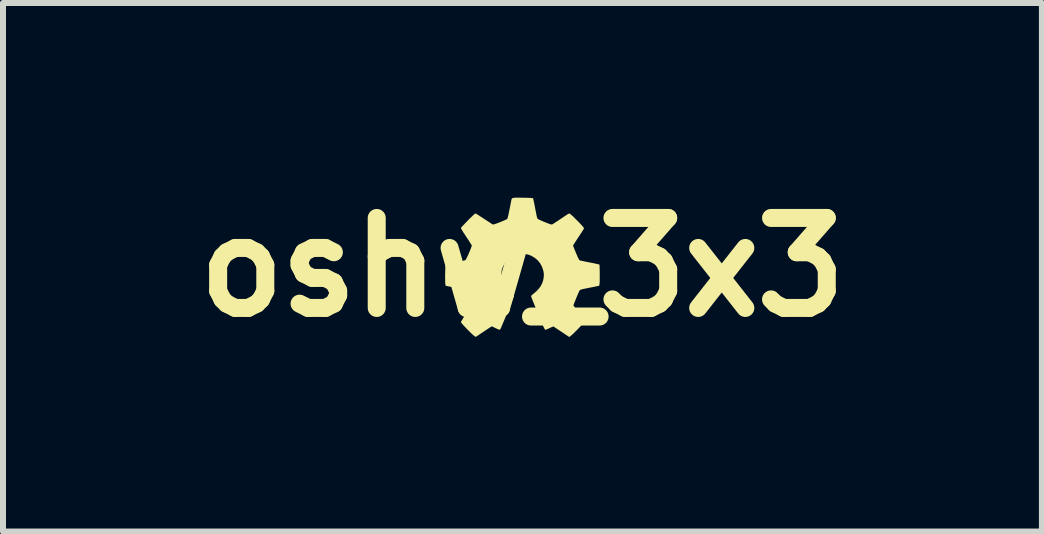
<source format=kicad_pcb>
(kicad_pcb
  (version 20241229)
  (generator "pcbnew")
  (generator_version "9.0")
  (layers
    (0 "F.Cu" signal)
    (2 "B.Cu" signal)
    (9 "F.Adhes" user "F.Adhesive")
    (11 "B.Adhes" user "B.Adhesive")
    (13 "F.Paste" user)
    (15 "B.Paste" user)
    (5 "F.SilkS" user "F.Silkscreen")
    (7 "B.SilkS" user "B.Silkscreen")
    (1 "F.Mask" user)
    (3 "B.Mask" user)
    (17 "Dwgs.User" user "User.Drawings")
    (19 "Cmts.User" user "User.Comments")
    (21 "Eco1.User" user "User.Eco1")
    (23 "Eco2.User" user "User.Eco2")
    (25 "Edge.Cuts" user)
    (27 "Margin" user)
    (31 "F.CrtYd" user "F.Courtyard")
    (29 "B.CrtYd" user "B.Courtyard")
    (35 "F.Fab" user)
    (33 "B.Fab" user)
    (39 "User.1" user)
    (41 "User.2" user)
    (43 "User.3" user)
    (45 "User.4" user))
  (footprint "oshw_3x3"
    (layer "F.Cu")
    (at 5.657 1.404)
    (property "Reference" "oshw_3x3" (at 0 0 0) (layer "F.SilkS") (effects (font (size 1.5 1.5) (thickness 0.3))))
    (attr board_only exclude_from_pos_files exclude_from_bom)
    (fp_poly (pts (xy -0.012 -1.159) (xy 0.011 -1.159) (xy 0.053 -1.158) (xy 0.091 -1.157) (xy 0.124 -1.156) (xy 0.15 -1.154) (xy 0.168 -1.153) (xy 0.176 -1.151) (xy 0.176 -1.151) (xy 0.178 -1.144) (xy 0.183 -1.127) (xy 0.188 -1.102) (xy 0.195 -1.071) (xy 0.202 -1.035) (xy 0.205 -1.02) (xy 0.215 -0.965) (xy 0.224 -0.921) (xy 0.231 -0.886) (xy 0.236 -0.859) (xy 0.241 -0.838) (xy 0.246 -0.824) (xy 0.25 -0.814) (xy 0.255 -0.807) (xy 0.26 -0.802) (xy 0.267 -0.799) (xy 0.274 -0.795) (xy 0.275 -0.795) (xy 0.289 -0.788) (xy 0.313 -0.778) (xy 0.341 -0.765) (xy 0.373 -0.752) (xy 0.392 -0.745) (xy 0.426 -0.731) (xy 0.451 -0.722) (xy 0.469 -0.716) (xy 0.481 -0.713) (xy 0.49 -0.713) (xy 0.497 -0.715) (xy 0.497 -0.715) (xy 0.503 -0.718) (xy 0.512 -0.723) (xy 0.526 -0.732) (xy 0.544 -0.744) (xy 0.568 -0.76) (xy 0.599 -0.78) (xy 0.637 -0.806) (xy 0.683 -0.837) (xy 0.738 -0.874) (xy 0.739 -0.874) (xy 0.757 -0.886) (xy 0.773 -0.894) (xy 0.782 -0.897) (xy 0.789 -0.893) (xy 0.803 -0.882) (xy 0.823 -0.865) (xy 0.847 -0.843) (xy 0.873 -0.817) (xy 0.886 -0.804) (xy 0.93 -0.761) (xy 0.965 -0.724) (xy 0.992 -0.695) (xy 1.011 -0.673) (xy 1.022 -0.657) (xy 1.026 -0.648) (xy 1.022 -0.641) (xy 1.014 -0.626) (xy 1 -0.604) (xy 0.982 -0.576) (xy 0.961 -0.544) (xy 0.938 -0.508) (xy 0.935 -0.504) (xy 0.911 -0.468) (xy 0.89 -0.436) (xy 0.872 -0.408) (xy 0.857 -0.385) (xy 0.848 -0.37) (xy 0.844 -0.363) (xy 0.844 -0.363) (xy 0.846 -0.355) (xy 0.852 -0.338) (xy 0.861 -0.314) (xy 0.873 -0.285) (xy 0.886 -0.253) (xy 0.9 -0.22) (xy 0.914 -0.187) (xy 0.917 -0.18) (xy 0.93 -0.152) (xy 0.942 -0.131) (xy 0.951 -0.118) (xy 0.955 -0.114) (xy 0.963 -0.112) (xy 0.981 -0.109) (xy 1.008 -0.103) (xy 1.041 -0.096) (xy 1.079 -0.088) (xy 1.121 -0.08) (xy 1.121 -0.08) (xy 1.163 -0.072) (xy 1.2 -0.064) (xy 1.232 -0.057) (xy 1.258 -0.051) (xy 1.275 -0.047) (xy 1.282 -0.045) (xy 1.282 -0.044) (xy 1.284 -0.037) (xy 1.285 -0.02) (xy 1.286 0.005) (xy 1.287 0.036) (xy 1.288 0.071) (xy 1.288 0.108) (xy 1.288 0.146) (xy 1.288 0.183) (xy 1.288 0.216) (xy 1.287 0.244) (xy 1.286 0.265) (xy 1.285 0.275) (xy 1.28 0.307) (xy 1.248 0.315) (xy 1.233 0.318) (xy 1.208 0.323) (xy 1.176 0.33) (xy 1.14 0.337) (xy 1.101 0.344) (xy 1.093 0.346) (xy 1.057 0.353) (xy 1.023 0.36) (xy 0.996 0.367) (xy 0.975 0.372) (xy 0.964 0.376) (xy 0.963 0.376) (xy 0.956 0.384) (xy 0.947 0.398) (xy 0.937 0.419) (xy 0.924 0.448) (xy 0.908 0.486) (xy 0.888 0.535) (xy 0.888 0.535) (xy 0.849 0.633) (xy 0.88 0.681) (xy 0.895 0.704) (xy 0.909 0.726) (xy 0.92 0.742) (xy 0.924 0.747) (xy 0.938 0.767) (xy 0.954 0.791) (xy 0.971 0.818) (xy 0.988 0.845) (xy 1.003 0.87) (xy 1.015 0.892) (xy 1.023 0.907) (xy 1.026 0.915) (xy 1.022 0.922) (xy 1.011 0.936) (xy 0.994 0.955) (xy 0.972 0.979) (xy 0.948 1.005) (xy 0.922 1.032) (xy 0.895 1.059) (xy 0.869 1.085) (xy 0.845 1.109) (xy 0.824 1.128) (xy 0.809 1.141) (xy 0.803 1.146) (xy 0.779 1.162) (xy 0.652 1.077) (xy 0.617 1.054) (xy 0.586 1.033) (xy 0.559 1.015) (xy 0.537 1.001) (xy 0.523 0.992) (xy 0.518 0.988) (xy 0.51 0.989) (xy 0.494 0.995) (xy 0.473 1.004) (xy 0.451 1.014) (xy 0.426 1.026) (xy 0.405 1.035) (xy 0.389 1.041) (xy 0.383 1.043) (xy 0.376 1.038) (xy 0.367 1.025) (xy 0.357 1.006) (xy 0.355 1.001) (xy 0.346 0.981) (xy 0.334 0.953) (xy 0.319 0.919) (xy 0.303 0.88) (xy 0.285 0.836) (xy 0.266 0.791) (xy 0.247 0.744) (xy 0.228 0.697) (xy 0.21 0.652) (xy 0.193 0.61) (xy 0.177 0.572) (xy 0.165 0.539) (xy 0.154 0.513) (xy 0.148 0.495) (xy 0.145 0.487) (xy 0.145 0.487) (xy 0.146 0.478) (xy 0.153 0.468) (xy 0.166 0.455) (xy 0.182 0.443) (xy 0.233 0.4) (xy 0.273 0.357) (xy 0.305 0.313) (xy 0.329 0.266) (xy 0.346 0.215) (xy 0.346 0.213) (xy 0.356 0.157) (xy 0.356 0.103) (xy 0.346 0.051) (xy 0.324 -0.012) (xy 0.293 -0.068) (xy 0.253 -0.117) (xy 0.204 -0.158) (xy 0.148 -0.191) (xy 0.124 -0.201) (xy 0.097 -0.21) (xy 0.072 -0.216) (xy 0.044 -0.22) (xy 0.02 -0.221) (xy -0.025 -0.222) (xy -0.065 -0.218) (xy -0.101 -0.208) (xy -0.14 -0.193) (xy -0.158 -0.184) (xy -0.211 -0.152) (xy -0.257 -0.111) (xy -0.296 -0.063) (xy -0.325 -0.011) (xy -0.343 0.038) (xy -0.348 0.069) (xy -0.351 0.107) (xy -0.351 0.147) (xy -0.349 0.186) (xy -0.344 0.219) (xy -0.343 0.225) (xy -0.325 0.273) (xy -0.299 0.32) (xy -0.266 0.365) (xy -0.228 0.405) (xy -0.21 0.419) (xy -0.19 0.435) (xy -0.171 0.451) (xy -0.16 0.46) (xy -0.14 0.478) (xy -0.157 0.525) (xy -0.162 0.538) (xy -0.172 0.561) (xy -0.184 0.592) (xy -0.199 0.629) (xy -0.217 0.671) (xy -0.236 0.717) (xy -0.255 0.765) (xy -0.275 0.813) (xy -0.295 0.861) (xy -0.314 0.906) (xy -0.331 0.947) (xy -0.346 0.983) (xy -0.358 1.012) (xy -0.36 1.016) (xy -0.368 1.03) (xy -0.376 1.04) (xy -0.378 1.041) (xy -0.387 1.04) (xy -0.403 1.035) (xy -0.426 1.025) (xy -0.449 1.014) (xy -0.511 0.984) (xy -0.541 1.003) (xy -0.556 1.013) (xy -0.577 1.027) (xy -0.605 1.045) (xy -0.636 1.066) (xy -0.668 1.088) (xy -0.674 1.091) (xy -0.704 1.112) (xy -0.731 1.13) (xy -0.754 1.145) (xy -0.77 1.155) (xy -0.779 1.16) (xy -0.78 1.16) (xy -0.786 1.157) (xy -0.799 1.148) (xy -0.813 1.138) (xy -0.828 1.124) (xy -0.849 1.105) (xy -0.872 1.082) (xy -0.898 1.057) (xy -0.925 1.029) (xy -0.951 1.002) (xy -0.975 0.976) (xy -0.996 0.953) (xy -1.012 0.934) (xy -1.022 0.921) (xy -1.026 0.915) (xy -1.022 0.907) (xy -1.014 0.891) (xy -1 0.868) (xy -0.983 0.84) (xy -0.962 0.808) (xy -0.944 0.781) (xy -0.921 0.746) (xy -0.901 0.715) (xy -0.883 0.687) (xy -0.869 0.665) (xy -0.859 0.651) (xy -0.856 0.645) (xy -0.854 0.639) (xy -0.855 0.63) (xy -0.859 0.615) (xy -0.866 0.594) (xy -0.876 0.566) (xy -0.887 0.537) (xy -0.907 0.487) (xy -0.924 0.446) (xy -0.938 0.416) (xy -0.95 0.394) (xy -0.959 0.38) (xy -0.963 0.376) (xy -0.971 0.373) (xy -0.988 0.368) (xy -1.014 0.362) (xy -1.045 0.356) (xy -1.079 0.349) (xy -1.117 0.341) (xy -1.155 0.334) (xy -1.189 0.327) (xy -1.218 0.321) (xy -1.234 0.318) (xy -1.28 0.308) (xy -1.285 0.281) (xy -1.287 0.266) (xy -1.288 0.243) (xy -1.288 0.213) (xy -1.289 0.178) (xy -1.289 0.14) (xy -1.288 0.102) (xy -1.287 0.065) (xy -1.286 0.03) (xy -1.285 0.000304) (xy -1.283 -0.023) (xy -1.281 -0.037) (xy -1.28 -0.041) (xy -1.272 -0.044) (xy -1.255 -0.049) (xy -1.23 -0.055) (xy -1.197 -0.063) (xy -1.159 -0.071) (xy -1.118 -0.079) (xy -1.116 -0.08) (xy -1.075 -0.088) (xy -1.036 -0.097) (xy -1.003 -0.104) (xy -0.977 -0.111) (xy -0.959 -0.116) (xy -0.951 -0.119) (xy -0.95 -0.119) (xy -0.944 -0.127) (xy -0.935 -0.145) (xy -0.923 -0.169) (xy -0.909 -0.198) (xy -0.895 -0.23) (xy -0.881 -0.262) (xy -0.868 -0.293) (xy -0.857 -0.321) (xy -0.849 -0.344) (xy -0.844 -0.359) (xy -0.844 -0.362) (xy -0.847 -0.369) (xy -0.856 -0.383) (xy -0.87 -0.405) (xy -0.887 -0.433) (xy -0.908 -0.465) (xy -0.932 -0.5) (xy -0.935 -0.505) (xy -0.958 -0.541) (xy -0.98 -0.574) (xy -0.998 -0.603) (xy -1.012 -0.627) (xy -1.022 -0.644) (xy -1.026 -0.652) (xy -1.026 -0.653) (xy -1.022 -0.66) (xy -1.01 -0.674) (xy -0.993 -0.693) (xy -0.971 -0.716) (xy -0.946 -0.742) (xy -0.919 -0.77) (xy -0.892 -0.798) (xy -0.865 -0.825) (xy -0.839 -0.849) (xy -0.817 -0.87) (xy -0.8 -0.885) (xy -0.788 -0.895) (xy -0.784 -0.897) (xy -0.777 -0.894) (xy -0.761 -0.885) (xy -0.738 -0.871) (xy -0.71 -0.853) (xy -0.678 -0.832) (xy -0.643 -0.81) (xy -0.608 -0.786) (xy -0.575 -0.765) (xy -0.546 -0.746) (xy -0.523 -0.731) (xy -0.507 -0.72) (xy -0.5 -0.716) (xy -0.492 -0.713) (xy -0.481 -0.714) (xy -0.465 -0.718) (xy -0.441 -0.726) (xy -0.433 -0.729) (xy -0.398 -0.742) (xy -0.364 -0.755) (xy -0.331 -0.769) (xy -0.301 -0.782) (xy -0.277 -0.793) (xy -0.26 -0.801) (xy -0.253 -0.806) (xy -0.25 -0.813) (xy -0.245 -0.831) (xy -0.238 -0.856) (xy -0.231 -0.889) (xy -0.223 -0.926) (xy -0.217 -0.959) (xy -0.208 -1) (xy -0.201 -1.038) (xy -0.194 -1.072) (xy -0.189 -1.099) (xy -0.185 -1.117) (xy -0.183 -1.125) (xy -0.181 -1.135) (xy -0.177 -1.143) (xy -0.171 -1.149) (xy -0.161 -1.154) (xy -0.146 -1.157) (xy -0.125 -1.159) (xy -0.096 -1.16) (xy -0.059 -1.16)) (stroke (width 0) (type solid)) (fill yes) (layer "F.SilkS")))
  (gr_rect
    (start -3 -3)
    (end 14.314 5.808)
    (stroke (width 0.1) (type default))
    (fill no)
    (layer "Edge.Cuts")))
</source>
